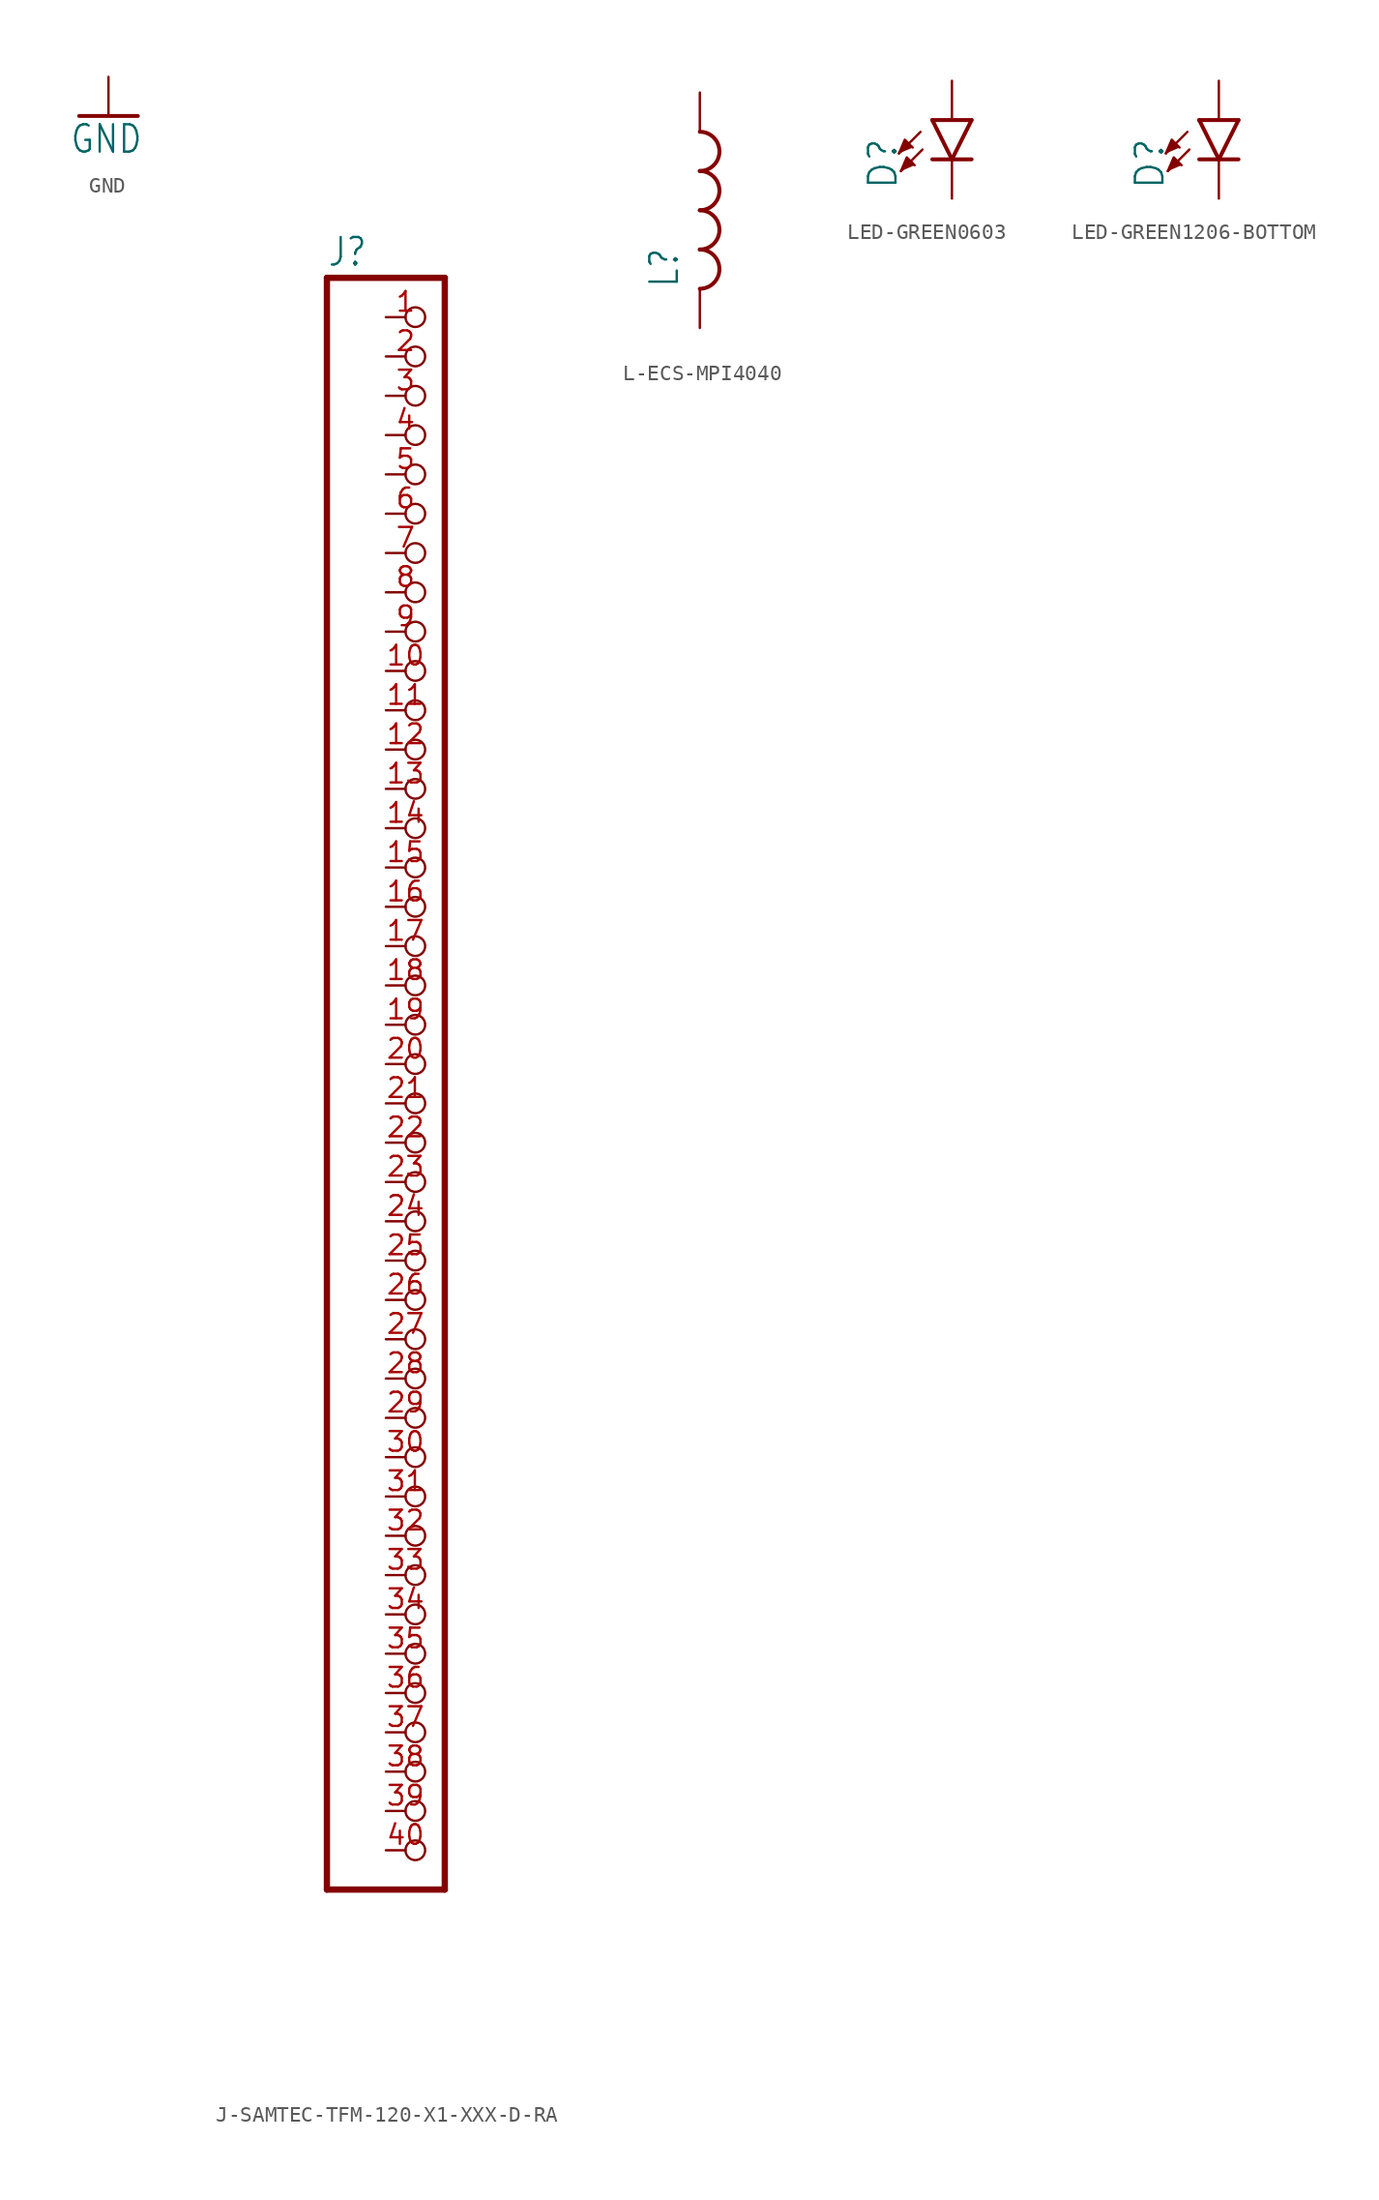
<source format=kicad_sym>
(kicad_symbol_lib
  (version 20241209)
  (generator "kicad_symbol_editor")
  (generator_version "9.0")
  (symbol "GND"
    (power)
    (property "Reference" "#GND"
      (at 0 0 0)
      (effects (font (size 1.27 1.27)) (hide yes)))
    (property "Value" "GND"
      (at -2.54 -2.54 0)
      (effects (font (size 1.778 1.511)) (justify left bottom)))
    (property "ki_locked" ""
      (at 0 0 0)
      (effects (font (size 1.27 1.27))))
    (symbol "GND_1_0"
      (polyline (pts (xy -1.905 0) (xy 1.905 0)) (stroke (width 0.254) (type solid)) (fill (type none)))
      (pin power_in line (at 0 2.54 270) (length 2.54) (name "GND" (effects (font (size 0 0)))) (number "1" (effects (font (size 0 0)))))))
  (symbol "J-SAMTEC-TFM-120-X1-XXX-D-RA"
    (property "Reference" "J"
      (at -6.35 51.435 0)
      (effects (font (size 1.778 1.511)) (justify left bottom)))
    (property "Value" ""
      (at -6.35 -55.88 0)
      (effects (font (size 1.778 1.511)) (justify left bottom)))
    (property "ki_locked" ""
      (at 0 0 0)
      (effects (font (size 1.27 1.27))))
    (symbol "J-SAMTEC-TFM-120-X1-XXX-D-RA_1_0"
      (polyline (pts (xy -6.35 50.8) (xy -6.35 -53.34)) (stroke (width 0.406) (type solid)) (fill (type none)))
      (polyline (pts (xy -6.35 -53.34) (xy 1.27 -53.34)) (stroke (width 0.406) (type solid)) (fill (type none)))
      (polyline (pts (xy 1.27 50.8) (xy -6.35 50.8)) (stroke (width 0.406) (type solid)) (fill (type none)))
      (polyline (pts (xy 1.27 -53.34) (xy 1.27 50.8)) (stroke (width 0.406) (type solid)) (fill (type none)))
      (pin passive inverted (at -2.54 48.26 0) (length 2.54) (name "1" (effects (font (size 0 0)))) (number "1" (effects (font (size 1.27 1.27)))))
      (pin passive inverted (at -2.54 45.72 0) (length 2.54) (name "2" (effects (font (size 0 0)))) (number "2" (effects (font (size 1.27 1.27)))))
      (pin passive inverted (at -2.54 43.18 0) (length 2.54) (name "3" (effects (font (size 0 0)))) (number "3" (effects (font (size 1.27 1.27)))))
      (pin passive inverted (at -2.54 40.64 0) (length 2.54) (name "4" (effects (font (size 0 0)))) (number "4" (effects (font (size 1.27 1.27)))))
      (pin passive inverted (at -2.54 38.1 0) (length 2.54) (name "5" (effects (font (size 0 0)))) (number "5" (effects (font (size 1.27 1.27)))))
      (pin passive inverted (at -2.54 35.56 0) (length 2.54) (name "6" (effects (font (size 0 0)))) (number "6" (effects (font (size 1.27 1.27)))))
      (pin passive inverted (at -2.54 33.02 0) (length 2.54) (name "7" (effects (font (size 0 0)))) (number "7" (effects (font (size 1.27 1.27)))))
      (pin passive inverted (at -2.54 30.48 0) (length 2.54) (name "8" (effects (font (size 0 0)))) (number "8" (effects (font (size 1.27 1.27)))))
      (pin passive inverted (at -2.54 27.94 0) (length 2.54) (name "9" (effects (font (size 0 0)))) (number "9" (effects (font (size 1.27 1.27)))))
      (pin passive inverted (at -2.54 25.4 0) (length 2.54) (name "10" (effects (font (size 0 0)))) (number "10" (effects (font (size 1.27 1.27)))))
      (pin passive inverted (at -2.54 22.86 0) (length 2.54) (name "11" (effects (font (size 0 0)))) (number "11" (effects (font (size 1.27 1.27)))))
      (pin passive inverted (at -2.54 20.32 0) (length 2.54) (name "12" (effects (font (size 0 0)))) (number "12" (effects (font (size 1.27 1.27)))))
      (pin passive inverted (at -2.54 17.78 0) (length 2.54) (name "13" (effects (font (size 0 0)))) (number "13" (effects (font (size 1.27 1.27)))))
      (pin passive inverted (at -2.54 15.24 0) (length 2.54) (name "14" (effects (font (size 0 0)))) (number "14" (effects (font (size 1.27 1.27)))))
      (pin passive inverted (at -2.54 12.7 0) (length 2.54) (name "15" (effects (font (size 0 0)))) (number "15" (effects (font (size 1.27 1.27)))))
      (pin passive inverted (at -2.54 10.16 0) (length 2.54) (name "16" (effects (font (size 0 0)))) (number "16" (effects (font (size 1.27 1.27)))))
      (pin passive inverted (at -2.54 7.62 0) (length 2.54) (name "17" (effects (font (size 0 0)))) (number "17" (effects (font (size 1.27 1.27)))))
      (pin passive inverted (at -2.54 5.08 0) (length 2.54) (name "18" (effects (font (size 0 0)))) (number "18" (effects (font (size 1.27 1.27)))))
      (pin passive inverted (at -2.54 2.54 0) (length 2.54) (name "19" (effects (font (size 0 0)))) (number "19" (effects (font (size 1.27 1.27)))))
      (pin passive inverted (at -2.54 0 0) (length 2.54) (name "20" (effects (font (size 0 0)))) (number "20" (effects (font (size 1.27 1.27)))))
      (pin passive inverted (at -2.54 -2.54 0) (length 2.54) (name "21" (effects (font (size 0 0)))) (number "21" (effects (font (size 1.27 1.27)))))
      (pin passive inverted (at -2.54 -5.08 0) (length 2.54) (name "22" (effects (font (size 0 0)))) (number "22" (effects (font (size 1.27 1.27)))))
      (pin passive inverted (at -2.54 -7.62 0) (length 2.54) (name "23" (effects (font (size 0 0)))) (number "23" (effects (font (size 1.27 1.27)))))
      (pin passive inverted (at -2.54 -10.16 0) (length 2.54) (name "24" (effects (font (size 0 0)))) (number "24" (effects (font (size 1.27 1.27)))))
      (pin passive inverted (at -2.54 -12.7 0) (length 2.54) (name "25" (effects (font (size 0 0)))) (number "25" (effects (font (size 1.27 1.27)))))
      (pin passive inverted (at -2.54 -15.24 0) (length 2.54) (name "26" (effects (font (size 0 0)))) (number "26" (effects (font (size 1.27 1.27)))))
      (pin passive inverted (at -2.54 -17.78 0) (length 2.54) (name "27" (effects (font (size 0 0)))) (number "27" (effects (font (size 1.27 1.27)))))
      (pin passive inverted (at -2.54 -20.32 0) (length 2.54) (name "28" (effects (font (size 0 0)))) (number "28" (effects (font (size 1.27 1.27)))))
      (pin passive inverted (at -2.54 -22.86 0) (length 2.54) (name "29" (effects (font (size 0 0)))) (number "29" (effects (font (size 1.27 1.27)))))
      (pin passive inverted (at -2.54 -25.4 0) (length 2.54) (name "30" (effects (font (size 0 0)))) (number "30" (effects (font (size 1.27 1.27)))))
      (pin passive inverted (at -2.54 -27.94 0) (length 2.54) (name "31" (effects (font (size 0 0)))) (number "31" (effects (font (size 1.27 1.27)))))
      (pin passive inverted (at -2.54 -30.48 0) (length 2.54) (name "32" (effects (font (size 0 0)))) (number "32" (effects (font (size 1.27 1.27)))))
      (pin passive inverted (at -2.54 -33.02 0) (length 2.54) (name "33" (effects (font (size 0 0)))) (number "33" (effects (font (size 1.27 1.27)))))
      (pin passive inverted (at -2.54 -35.56 0) (length 2.54) (name "34" (effects (font (size 0 0)))) (number "34" (effects (font (size 1.27 1.27)))))
      (pin passive inverted (at -2.54 -38.1 0) (length 2.54) (name "35" (effects (font (size 0 0)))) (number "35" (effects (font (size 1.27 1.27)))))
      (pin passive inverted (at -2.54 -40.64 0) (length 2.54) (name "36" (effects (font (size 0 0)))) (number "36" (effects (font (size 1.27 1.27)))))
      (pin passive inverted (at -2.54 -43.18 0) (length 2.54) (name "37" (effects (font (size 0 0)))) (number "37" (effects (font (size 1.27 1.27)))))
      (pin passive inverted (at -2.54 -45.72 0) (length 2.54) (name "38" (effects (font (size 0 0)))) (number "38" (effects (font (size 1.27 1.27)))))
      (pin passive inverted (at -2.54 -48.26 0) (length 2.54) (name "39" (effects (font (size 0 0)))) (number "39" (effects (font (size 1.27 1.27)))))
      (pin passive inverted (at -2.54 -50.8 0) (length 2.54) (name "40" (effects (font (size 0 0)))) (number "40" (effects (font (size 1.27 1.27)))))))
  (symbol "L-ECS-MPI4040"
    (property "Reference" "L"
      (at -1.27 -5.08 90)
      (effects (font (size 1.778 1.511)) (justify left bottom)))
    (property "Value" ""
      (at 3.81 -5.08 90)
      (effects (font (size 1.778 1.511)) (justify left bottom)))
    (property "ki_locked" ""
      (at 0 0 0)
      (effects (font (size 1.27 1.27))))
    (symbol "L-ECS-MPI4040_1_0"
      (arc (start 1.27 3.81) (mid 0.898 2.912) (end 0 2.54) (stroke (width 0.254) (type solid)) (fill (type none)))
      (arc (start 0 5.08) (mid 0.898 4.708) (end 1.27 3.81) (stroke (width 0.254) (type solid)) (fill (type none)))
      (arc (start 1.27 1.27) (mid 0.898 0.372) (end 0 0) (stroke (width 0.254) (type solid)) (fill (type none)))
      (arc (start 0 2.54) (mid 0.898 2.168) (end 1.27 1.27) (stroke (width 0.254) (type solid)) (fill (type none)))
      (arc (start 1.27 -1.27) (mid 0.898 -2.168) (end 0 -2.54) (stroke (width 0.254) (type solid)) (fill (type none)))
      (arc (start 0 0) (mid 0.898 -0.372) (end 1.27 -1.27) (stroke (width 0.254) (type solid)) (fill (type none)))
      (arc (start 1.27 -3.81) (mid 0.898 -4.708) (end 0 -5.08) (stroke (width 0.254) (type solid)) (fill (type none)))
      (arc (start 0 -2.54) (mid 0.898 -2.912) (end 1.27 -3.81) (stroke (width 0.254) (type solid)) (fill (type none)))
      (pin passive line (at 0 7.62 270) (length 2.54) (name "1" (effects (font (size 0 0)))) (number "1" (effects (font (size 0 0)))))
      (pin passive line (at 0 -7.62 90) (length 2.54) (name "2" (effects (font (size 0 0)))) (number "2" (effects (font (size 0 0)))))))
  (symbol "LED-GREEN0603"
    (property "Reference" "D"
      (at -3.429 -4.572 90)
      (effects (font (size 1.778 1.778)) (justify left bottom)))
    (property "Value" ""
      (at 1.905 -4.572 90)
      (effects (font (size 1.778 1.778)) (justify left top)))
    (property "ki_locked" ""
      (at 0 0 0)
      (effects (font (size 1.27 1.27))))
    (symbol "LED-GREEN0603_1_0"
      (polyline (pts (xy -3.429 -2.159) (xy -3.048 -1.27) (xy -2.54 -1.778)) (stroke (width 0.152) (type solid)) (fill (type outline)))
      (polyline (pts (xy -3.302 -3.302) (xy -2.921 -2.413) (xy -2.413 -2.921)) (stroke (width 0.152) (type solid)) (fill (type outline)))
      (polyline (pts (xy -2.032 -0.762) (xy -3.429 -2.159)) (stroke (width 0.152) (type solid)) (fill (type none)))
      (polyline (pts (xy -1.905 -1.905) (xy -3.302 -3.302)) (stroke (width 0.152) (type solid)) (fill (type none)))
      (polyline (pts (xy 0 -2.54) (xy -1.27 0)) (stroke (width 0.254) (type solid)) (fill (type none)))
      (polyline (pts (xy 0 -2.54) (xy -1.27 -2.54)) (stroke (width 0.254) (type solid)) (fill (type none)))
      (polyline (pts (xy 1.27 0) (xy -1.27 0)) (stroke (width 0.254) (type solid)) (fill (type none)))
      (polyline (pts (xy 1.27 0) (xy 0 -2.54)) (stroke (width 0.254) (type solid)) (fill (type none)))
      (polyline (pts (xy 1.27 -2.54) (xy 0 -2.54)) (stroke (width 0.254) (type solid)) (fill (type none)))
      (pin passive line (at 0 2.54 270) (length 2.54) (name "A" (effects (font (size 0 0)))) (number "A" (effects (font (size 0 0)))))
      (pin passive line (at 0 -5.08 90) (length 2.54) (name "C" (effects (font (size 0 0)))) (number "C" (effects (font (size 0 0)))))))
  (symbol "LED-GREEN1206-BOTTOM"
    (property "Reference" "D"
      (at -3.429 -4.572 90)
      (effects (font (size 1.778 1.778)) (justify left bottom)))
    (property "Value" ""
      (at 1.905 -4.572 90)
      (effects (font (size 1.778 1.778)) (justify left top)))
    (property "ki_locked" ""
      (at 0 0 0)
      (effects (font (size 1.27 1.27))))
    (symbol "LED-GREEN1206-BOTTOM_1_0"
      (polyline (pts (xy -3.429 -2.159) (xy -3.048 -1.27) (xy -2.54 -1.778)) (stroke (width 0.152) (type solid)) (fill (type outline)))
      (polyline (pts (xy -3.302 -3.302) (xy -2.921 -2.413) (xy -2.413 -2.921)) (stroke (width 0.152) (type solid)) (fill (type outline)))
      (polyline (pts (xy -2.032 -0.762) (xy -3.429 -2.159)) (stroke (width 0.152) (type solid)) (fill (type none)))
      (polyline (pts (xy -1.905 -1.905) (xy -3.302 -3.302)) (stroke (width 0.152) (type solid)) (fill (type none)))
      (polyline (pts (xy 0 -2.54) (xy -1.27 0)) (stroke (width 0.254) (type solid)) (fill (type none)))
      (polyline (pts (xy 0 -2.54) (xy -1.27 -2.54)) (stroke (width 0.254) (type solid)) (fill (type none)))
      (polyline (pts (xy 1.27 0) (xy -1.27 0)) (stroke (width 0.254) (type solid)) (fill (type none)))
      (polyline (pts (xy 1.27 0) (xy 0 -2.54)) (stroke (width 0.254) (type solid)) (fill (type none)))
      (polyline (pts (xy 1.27 -2.54) (xy 0 -2.54)) (stroke (width 0.254) (type solid)) (fill (type none)))
      (pin passive line (at 0 2.54 270) (length 2.54) (name "A" (effects (font (size 0 0)))) (number "A" (effects (font (size 0 0)))))
      (pin passive line (at 0 -5.08 90) (length 2.54) (name "C" (effects (font (size 0 0)))) (number "C" (effects (font (size 0 0))))))))
</source>
